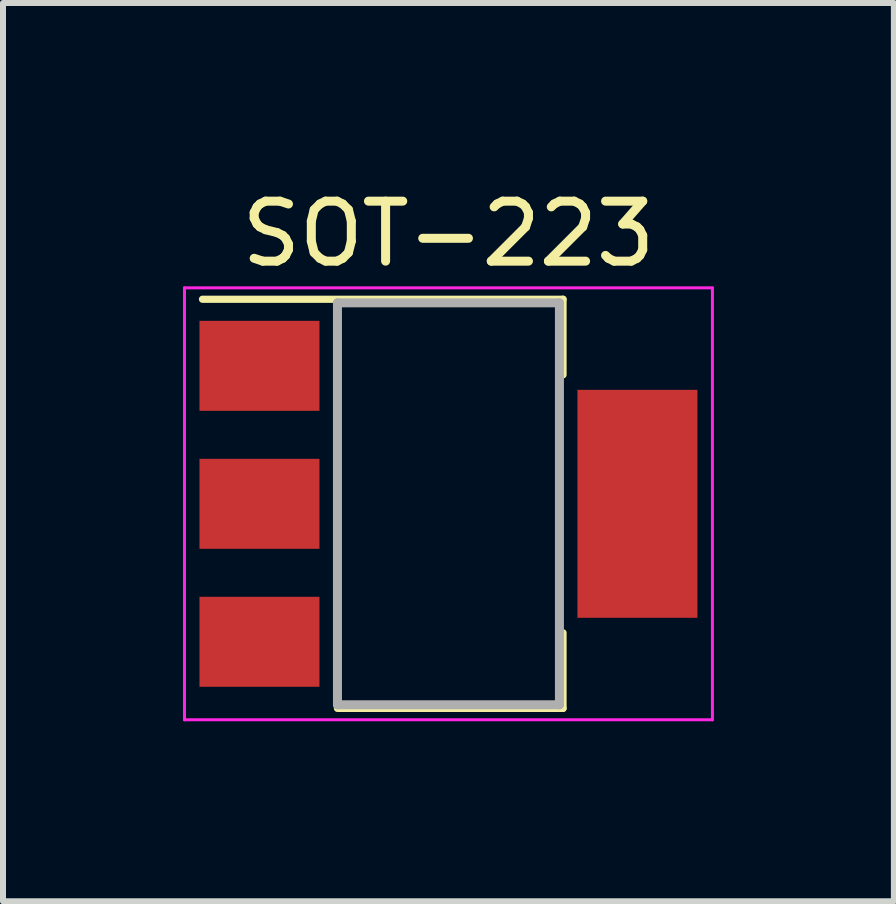
<source format=kicad_pcb>
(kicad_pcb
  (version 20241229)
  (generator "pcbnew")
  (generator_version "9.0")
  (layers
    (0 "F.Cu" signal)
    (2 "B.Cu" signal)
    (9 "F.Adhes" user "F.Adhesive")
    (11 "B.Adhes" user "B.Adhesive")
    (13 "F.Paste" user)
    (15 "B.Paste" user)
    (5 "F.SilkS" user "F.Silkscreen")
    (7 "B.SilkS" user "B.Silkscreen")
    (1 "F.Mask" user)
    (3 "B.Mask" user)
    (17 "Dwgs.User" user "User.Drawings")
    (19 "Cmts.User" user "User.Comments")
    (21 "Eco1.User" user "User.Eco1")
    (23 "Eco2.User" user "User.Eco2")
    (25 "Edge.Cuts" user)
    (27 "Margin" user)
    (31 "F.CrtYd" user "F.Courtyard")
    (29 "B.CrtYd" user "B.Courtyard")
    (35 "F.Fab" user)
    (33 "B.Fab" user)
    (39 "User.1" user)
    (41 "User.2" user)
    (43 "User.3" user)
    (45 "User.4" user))
  (footprint "SOT-223"
    (placed yes)
    (layer "F.Cu")
    (at 4.425 5.348)
    (property "Reference" "SOT-223" (at 0 -4.5 0) (layer "F.SilkS") (effects (font (size 1 1) (thickness 0.15))))
    (attr smd)
    (fp_line (start -4.1 -3.41) (end 1.91 -3.41) (stroke (width 0.12) (type solid)) (layer "F.SilkS"))
    (fp_line (start -1.85 3.41) (end 1.91 3.41) (stroke (width 0.12) (type solid)) (layer "F.SilkS"))
    (fp_line (start 1.91 -3.41) (end 1.91 -2.15) (stroke (width 0.12) (type solid)) (layer "F.SilkS"))
    (fp_line (start 1.91 3.41) (end 1.91 2.15) (stroke (width 0.12) (type solid)) (layer "F.SilkS"))
    (fp_line (start -4.4 -3.6) (end -4.4 3.6) (stroke (width 0.05) (type solid)) (layer "F.CrtYd"))
    (fp_line (start -4.4 3.6) (end 4.4 3.6) (stroke (width 0.05) (type solid)) (layer "F.CrtYd"))
    (fp_line (start 4.4 -3.6) (end -4.4 -3.6) (stroke (width 0.05) (type solid)) (layer "F.CrtYd"))
    (fp_line (start 4.4 3.6) (end 4.4 -3.6) (stroke (width 0.05) (type solid)) (layer "F.CrtYd"))
    (fp_line (start -1.85 -3.35) (end -1.85 3.35) (stroke (width 0.15) (type solid)) (layer "F.Fab"))
    (fp_line (start -1.85 -3.35) (end 1.85 -3.35) (stroke (width 0.15) (type solid)) (layer "F.Fab"))
    (fp_line (start -1.85 3.35) (end 1.85 3.35) (stroke (width 0.15) (type solid)) (layer "F.Fab"))
    (fp_line (start 1.85 -3.35) (end 1.85 3.35) (stroke (width 0.15) (type solid)) (layer "F.Fab"))
    (pad "1" smd rect (at -3.15 -2.3) (size 2 1.5) (layers "F.Cu" "F.Mask" "F.Paste"))
    (pad "2" smd rect (at -3.15 0) (size 2 1.5) (layers "F.Cu" "F.Mask" "F.Paste"))
    (pad "2" smd rect (at 3.15 0) (size 2 3.8) (layers "F.Cu" "F.Mask" "F.Paste"))
    (pad "3" smd rect (at -3.15 2.3) (size 2 1.5) (layers "F.Cu" "F.Mask" "F.Paste")))
  (gr_rect
    (start -3 -3)
    (end 11.85 11.973)
    (stroke (width 0.1) (type default))
    (fill no)
    (layer "Edge.Cuts")))
</source>
